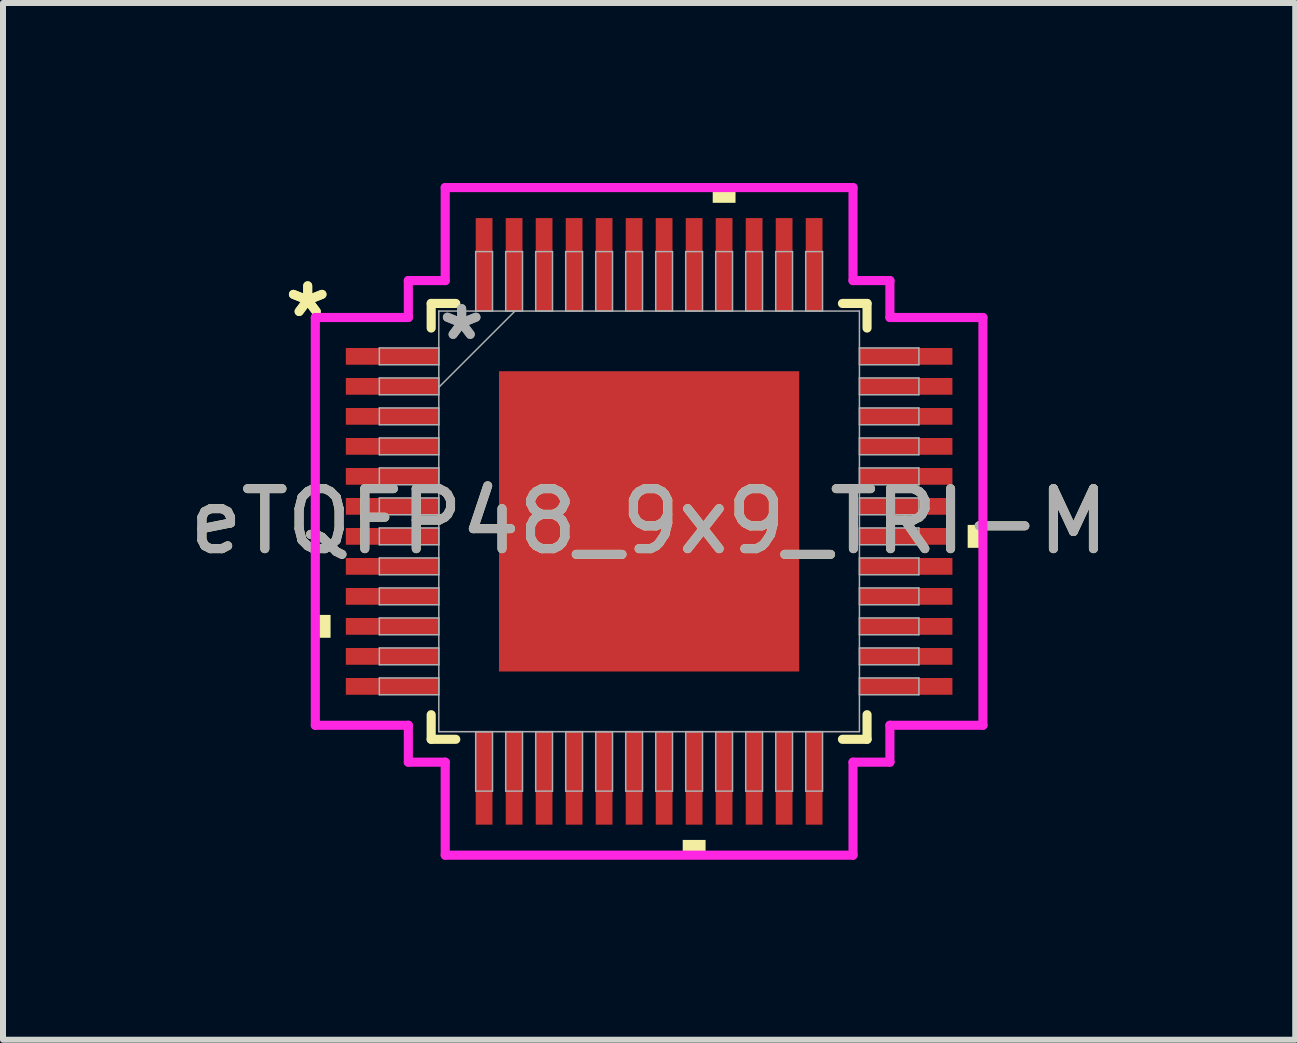
<source format=kicad_pcb>
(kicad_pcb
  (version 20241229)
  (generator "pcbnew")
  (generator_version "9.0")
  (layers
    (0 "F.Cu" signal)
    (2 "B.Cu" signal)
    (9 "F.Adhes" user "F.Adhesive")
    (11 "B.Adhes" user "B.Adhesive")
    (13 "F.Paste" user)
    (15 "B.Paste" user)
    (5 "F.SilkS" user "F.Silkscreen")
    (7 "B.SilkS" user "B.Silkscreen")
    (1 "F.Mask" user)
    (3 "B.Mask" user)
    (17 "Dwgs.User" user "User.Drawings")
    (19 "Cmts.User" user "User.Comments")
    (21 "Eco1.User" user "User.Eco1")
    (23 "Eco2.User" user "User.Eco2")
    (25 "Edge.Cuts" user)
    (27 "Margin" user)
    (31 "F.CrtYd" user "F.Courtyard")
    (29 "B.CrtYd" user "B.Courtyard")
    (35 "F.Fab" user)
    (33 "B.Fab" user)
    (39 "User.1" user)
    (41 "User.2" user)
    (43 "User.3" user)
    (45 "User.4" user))
  (footprint "eTQFP48_9x9_TRI-M"
    (layer "F.Cu")
    (at 7.768 5.639)
    (property "Reference" "eTQFP48_9x9_TRI-M" (at 0 0 0) (unlocked yes) (layer "F.SilkS") (effects (font (size 1 1) (thickness 0.15))))
    (attr smd)
    (fp_line (start -3.632 -3.632) (end -3.632 -3.222) (stroke (width 0.152) (type solid)) (layer "F.SilkS"))
    (fp_line (start -3.632 3.222) (end -3.632 3.632) (stroke (width 0.152) (type solid)) (layer "F.SilkS"))
    (fp_line (start -3.632 3.632) (end -3.222 3.632) (stroke (width 0.152) (type solid)) (layer "F.SilkS"))
    (fp_line (start -3.222 -3.632) (end -3.632 -3.632) (stroke (width 0.152) (type solid)) (layer "F.SilkS"))
    (fp_line (start 3.222 3.632) (end 3.632 3.632) (stroke (width 0.152) (type solid)) (layer "F.SilkS"))
    (fp_line (start 3.632 -3.632) (end 3.222 -3.632) (stroke (width 0.152) (type solid)) (layer "F.SilkS"))
    (fp_line (start 3.632 -3.222) (end 3.632 -3.632) (stroke (width 0.152) (type solid)) (layer "F.SilkS"))
    (fp_line (start 3.632 3.632) (end 3.632 3.222) (stroke (width 0.152) (type solid)) (layer "F.SilkS"))
    (fp_poly (pts (xy -5.563 1.559) (xy -5.563 1.94) (xy -5.309 1.94) (xy -5.309 1.559)) (stroke (width 0) (type solid)) (fill yes) (layer "F.SilkS"))
    (fp_poly (pts (xy 0.56 5.309) (xy 0.56 5.563) (xy 0.941 5.563) (xy 0.941 5.309)) (stroke (width 0) (type solid)) (fill yes) (layer "F.SilkS"))
    (fp_poly (pts (xy 1.06 -5.309) (xy 1.06 -5.563) (xy 1.44 -5.563) (xy 1.44 -5.309)) (stroke (width 0) (type solid)) (fill yes) (layer "F.SilkS"))
    (fp_poly (pts (xy 5.563 0.059) (xy 5.563 0.441) (xy 5.309 0.441) (xy 5.309 0.059)) (stroke (width 0) (type solid)) (fill yes) (layer "F.SilkS"))
    (fp_poly (pts (xy -2.402 -2.402) (xy -2.402 -0.934) (xy -0.934 -0.934) (xy -0.934 -2.402)) (stroke (width 0) (type solid)) (fill yes) (layer "F.Paste"))
    (fp_poly (pts (xy -2.402 -0.734) (xy -2.402 0.734) (xy -0.934 0.734) (xy -0.934 -0.734)) (stroke (width 0) (type solid)) (fill yes) (layer "F.Paste"))
    (fp_poly (pts (xy -2.402 0.934) (xy -2.402 2.402) (xy -0.934 2.402) (xy -0.934 0.934)) (stroke (width 0) (type solid)) (fill yes) (layer "F.Paste"))
    (fp_poly (pts (xy -0.734 -2.402) (xy -0.734 -0.934) (xy 0.734 -0.934) (xy 0.734 -2.402)) (stroke (width 0) (type solid)) (fill yes) (layer "F.Paste"))
    (fp_poly (pts (xy -0.734 -0.734) (xy -0.734 0.734) (xy 0.734 0.734) (xy 0.734 -0.734)) (stroke (width 0) (type solid)) (fill yes) (layer "F.Paste"))
    (fp_poly (pts (xy -0.734 0.934) (xy -0.734 2.402) (xy 0.734 2.402) (xy 0.734 0.934)) (stroke (width 0) (type solid)) (fill yes) (layer "F.Paste"))
    (fp_poly (pts (xy 0.934 -2.402) (xy 0.934 -0.934) (xy 2.402 -0.934) (xy 2.402 -2.402)) (stroke (width 0) (type solid)) (fill yes) (layer "F.Paste"))
    (fp_poly (pts (xy 0.934 -0.734) (xy 0.934 0.734) (xy 2.402 0.734) (xy 2.402 -0.734)) (stroke (width 0) (type solid)) (fill yes) (layer "F.Paste"))
    (fp_poly (pts (xy 0.934 0.934) (xy 0.934 2.402) (xy 2.402 2.402) (xy 2.402 0.934)) (stroke (width 0) (type solid)) (fill yes) (layer "F.Paste"))
    (fp_line (start -5.563 -3.398) (end -4.013 -3.398) (stroke (width 0.152) (type solid)) (layer "F.CrtYd"))
    (fp_line (start -5.563 3.398) (end -5.563 -3.398) (stroke (width 0.152) (type solid)) (layer "F.CrtYd"))
    (fp_line (start -4.013 -4.013) (end -3.398 -4.013) (stroke (width 0.152) (type solid)) (layer "F.CrtYd"))
    (fp_line (start -4.013 -3.398) (end -4.013 -4.013) (stroke (width 0.152) (type solid)) (layer "F.CrtYd"))
    (fp_line (start -4.013 3.398) (end -5.563 3.398) (stroke (width 0.152) (type solid)) (layer "F.CrtYd"))
    (fp_line (start -4.013 4.013) (end -4.013 3.398) (stroke (width 0.152) (type solid)) (layer "F.CrtYd"))
    (fp_line (start -4.013 4.013) (end -3.398 4.013) (stroke (width 0.152) (type solid)) (layer "F.CrtYd"))
    (fp_line (start -3.398 -5.563) (end 3.398 -5.563) (stroke (width 0.152) (type solid)) (layer "F.CrtYd"))
    (fp_line (start -3.398 -4.013) (end -3.398 -5.563) (stroke (width 0.152) (type solid)) (layer "F.CrtYd"))
    (fp_line (start -3.398 4.013) (end -3.398 5.563) (stroke (width 0.152) (type solid)) (layer "F.CrtYd"))
    (fp_line (start -3.398 5.563) (end 3.398 5.563) (stroke (width 0.152) (type solid)) (layer "F.CrtYd"))
    (fp_line (start 3.398 -5.563) (end 3.398 -4.013) (stroke (width 0.152) (type solid)) (layer "F.CrtYd"))
    (fp_line (start 3.398 -4.013) (end 4.013 -4.013) (stroke (width 0.152) (type solid)) (layer "F.CrtYd"))
    (fp_line (start 3.398 4.013) (end 4.013 4.013) (stroke (width 0.152) (type solid)) (layer "F.CrtYd"))
    (fp_line (start 3.398 5.563) (end 3.398 4.013) (stroke (width 0.152) (type solid)) (layer "F.CrtYd"))
    (fp_line (start 4.013 -3.398) (end 4.013 -4.013) (stroke (width 0.152) (type solid)) (layer "F.CrtYd"))
    (fp_line (start 4.013 3.398) (end 5.563 3.398) (stroke (width 0.152) (type solid)) (layer "F.CrtYd"))
    (fp_line (start 4.013 4.013) (end 4.013 3.398) (stroke (width 0.152) (type solid)) (layer "F.CrtYd"))
    (fp_line (start 5.563 -3.398) (end 4.013 -3.398) (stroke (width 0.152) (type solid)) (layer "F.CrtYd"))
    (fp_line (start 5.563 3.398) (end 5.563 -3.398) (stroke (width 0.152) (type solid)) (layer "F.CrtYd"))
    (fp_line (start -4.496 -2.89) (end -4.496 -2.61) (stroke (width 0.025) (type solid)) (layer "F.Fab"))
    (fp_line (start -4.496 -2.61) (end -3.505 -2.61) (stroke (width 0.025) (type solid)) (layer "F.Fab"))
    (fp_line (start -4.496 -2.39) (end -4.496 -2.11) (stroke (width 0.025) (type solid)) (layer "F.Fab"))
    (fp_line (start -4.496 -2.11) (end -3.505 -2.11) (stroke (width 0.025) (type solid)) (layer "F.Fab"))
    (fp_line (start -4.496 -1.89) (end -4.496 -1.61) (stroke (width 0.025) (type solid)) (layer "F.Fab"))
    (fp_line (start -4.496 -1.61) (end -3.505 -1.61) (stroke (width 0.025) (type solid)) (layer "F.Fab"))
    (fp_line (start -4.496 -1.39) (end -4.496 -1.11) (stroke (width 0.025) (type solid)) (layer "F.Fab"))
    (fp_line (start -4.496 -1.11) (end -3.505 -1.11) (stroke (width 0.025) (type solid)) (layer "F.Fab"))
    (fp_line (start -4.496 -0.89) (end -4.496 -0.61) (stroke (width 0.025) (type solid)) (layer "F.Fab"))
    (fp_line (start -4.496 -0.61) (end -3.505 -0.61) (stroke (width 0.025) (type solid)) (layer "F.Fab"))
    (fp_line (start -4.496 -0.39) (end -4.496 -0.11) (stroke (width 0.025) (type solid)) (layer "F.Fab"))
    (fp_line (start -4.496 -0.11) (end -3.505 -0.11) (stroke (width 0.025) (type solid)) (layer "F.Fab"))
    (fp_line (start -4.496 0.11) (end -4.496 0.39) (stroke (width 0.025) (type solid)) (layer "F.Fab"))
    (fp_line (start -4.496 0.39) (end -3.505 0.39) (stroke (width 0.025) (type solid)) (layer "F.Fab"))
    (fp_line (start -4.496 0.61) (end -4.496 0.89) (stroke (width 0.025) (type solid)) (layer "F.Fab"))
    (fp_line (start -4.496 0.89) (end -3.505 0.89) (stroke (width 0.025) (type solid)) (layer "F.Fab"))
    (fp_line (start -4.496 1.11) (end -4.496 1.39) (stroke (width 0.025) (type solid)) (layer "F.Fab"))
    (fp_line (start -4.496 1.39) (end -3.505 1.39) (stroke (width 0.025) (type solid)) (layer "F.Fab"))
    (fp_line (start -4.496 1.61) (end -4.496 1.89) (stroke (width 0.025) (type solid)) (layer "F.Fab"))
    (fp_line (start -4.496 1.89) (end -3.505 1.89) (stroke (width 0.025) (type solid)) (layer "F.Fab"))
    (fp_line (start -4.496 2.11) (end -4.496 2.39) (stroke (width 0.025) (type solid)) (layer "F.Fab"))
    (fp_line (start -4.496 2.39) (end -3.505 2.39) (stroke (width 0.025) (type solid)) (layer "F.Fab"))
    (fp_line (start -4.496 2.61) (end -4.496 2.89) (stroke (width 0.025) (type solid)) (layer "F.Fab"))
    (fp_line (start -4.496 2.89) (end -3.505 2.89) (stroke (width 0.025) (type solid)) (layer "F.Fab"))
    (fp_line (start -3.505 -3.505) (end -3.505 3.505) (stroke (width 0.025) (type solid)) (layer "F.Fab"))
    (fp_line (start -3.505 -2.89) (end -4.496 -2.89) (stroke (width 0.025) (type solid)) (layer "F.Fab"))
    (fp_line (start -3.505 -2.61) (end -3.505 -2.89) (stroke (width 0.025) (type solid)) (layer "F.Fab"))
    (fp_line (start -3.505 -2.39) (end -4.496 -2.39) (stroke (width 0.025) (type solid)) (layer "F.Fab"))
    (fp_line (start -3.505 -2.235) (end -2.235 -3.505) (stroke (width 0.025) (type solid)) (layer "F.Fab"))
    (fp_line (start -3.505 -2.11) (end -3.505 -2.39) (stroke (width 0.025) (type solid)) (layer "F.Fab"))
    (fp_line (start -3.505 -1.89) (end -4.496 -1.89) (stroke (width 0.025) (type solid)) (layer "F.Fab"))
    (fp_line (start -3.505 -1.61) (end -3.505 -1.89) (stroke (width 0.025) (type solid)) (layer "F.Fab"))
    (fp_line (start -3.505 -1.39) (end -4.496 -1.39) (stroke (width 0.025) (type solid)) (layer "F.Fab"))
    (fp_line (start -3.505 -1.11) (end -3.505 -1.39) (stroke (width 0.025) (type solid)) (layer "F.Fab"))
    (fp_line (start -3.505 -0.89) (end -4.496 -0.89) (stroke (width 0.025) (type solid)) (layer "F.Fab"))
    (fp_line (start -3.505 -0.61) (end -3.505 -0.89) (stroke (width 0.025) (type solid)) (layer "F.Fab"))
    (fp_line (start -3.505 -0.39) (end -4.496 -0.39) (stroke (width 0.025) (type solid)) (layer "F.Fab"))
    (fp_line (start -3.505 -0.11) (end -3.505 -0.39) (stroke (width 0.025) (type solid)) (layer "F.Fab"))
    (fp_line (start -3.505 0.11) (end -4.496 0.11) (stroke (width 0.025) (type solid)) (layer "F.Fab"))
    (fp_line (start -3.505 0.39) (end -3.505 0.11) (stroke (width 0.025) (type solid)) (layer "F.Fab"))
    (fp_line (start -3.505 0.61) (end -4.496 0.61) (stroke (width 0.025) (type solid)) (layer "F.Fab"))
    (fp_line (start -3.505 0.89) (end -3.505 0.61) (stroke (width 0.025) (type solid)) (layer "F.Fab"))
    (fp_line (start -3.505 1.11) (end -4.496 1.11) (stroke (width 0.025) (type solid)) (layer "F.Fab"))
    (fp_line (start -3.505 1.39) (end -3.505 1.11) (stroke (width 0.025) (type solid)) (layer "F.Fab"))
    (fp_line (start -3.505 1.61) (end -4.496 1.61) (stroke (width 0.025) (type solid)) (layer "F.Fab"))
    (fp_line (start -3.505 1.89) (end -3.505 1.61) (stroke (width 0.025) (type solid)) (layer "F.Fab"))
    (fp_line (start -3.505 2.11) (end -4.496 2.11) (stroke (width 0.025) (type solid)) (layer "F.Fab"))
    (fp_line (start -3.505 2.39) (end -3.505 2.11) (stroke (width 0.025) (type solid)) (layer "F.Fab"))
    (fp_line (start -3.505 2.61) (end -4.496 2.61) (stroke (width 0.025) (type solid)) (layer "F.Fab"))
    (fp_line (start -3.505 2.89) (end -3.505 2.61) (stroke (width 0.025) (type solid)) (layer "F.Fab"))
    (fp_line (start -3.505 3.505) (end 3.505 3.505) (stroke (width 0.025) (type solid)) (layer "F.Fab"))
    (fp_line (start -2.89 -4.496) (end -2.89 -3.505) (stroke (width 0.025) (type solid)) (layer "F.Fab"))
    (fp_line (start -2.89 -3.505) (end -2.61 -3.505) (stroke (width 0.025) (type solid)) (layer "F.Fab"))
    (fp_line (start -2.89 3.505) (end -2.89 4.496) (stroke (width 0.025) (type solid)) (layer "F.Fab"))
    (fp_line (start -2.89 4.496) (end -2.61 4.496) (stroke (width 0.025) (type solid)) (layer "F.Fab"))
    (fp_line (start -2.61 -4.496) (end -2.89 -4.496) (stroke (width 0.025) (type solid)) (layer "F.Fab"))
    (fp_line (start -2.61 -3.505) (end -2.61 -4.496) (stroke (width 0.025) (type solid)) (layer "F.Fab"))
    (fp_line (start -2.61 3.505) (end -2.89 3.505) (stroke (width 0.025) (type solid)) (layer "F.Fab"))
    (fp_line (start -2.61 4.496) (end -2.61 3.505) (stroke (width 0.025) (type solid)) (layer "F.Fab"))
    (fp_line (start -2.39 -4.496) (end -2.39 -3.505) (stroke (width 0.025) (type solid)) (layer "F.Fab"))
    (fp_line (start -2.39 -3.505) (end -2.11 -3.505) (stroke (width 0.025) (type solid)) (layer "F.Fab"))
    (fp_line (start -2.39 3.505) (end -2.39 4.496) (stroke (width 0.025) (type solid)) (layer "F.Fab"))
    (fp_line (start -2.39 4.496) (end -2.11 4.496) (stroke (width 0.025) (type solid)) (layer "F.Fab"))
    (fp_line (start -2.11 -4.496) (end -2.39 -4.496) (stroke (width 0.025) (type solid)) (layer "F.Fab"))
    (fp_line (start -2.11 -3.505) (end -2.11 -4.496) (stroke (width 0.025) (type solid)) (layer "F.Fab"))
    (fp_line (start -2.11 3.505) (end -2.39 3.505) (stroke (width 0.025) (type solid)) (layer "F.Fab"))
    (fp_line (start -2.11 4.496) (end -2.11 3.505) (stroke (width 0.025) (type solid)) (layer "F.Fab"))
    (fp_line (start -1.89 -4.496) (end -1.89 -3.505) (stroke (width 0.025) (type solid)) (layer "F.Fab"))
    (fp_line (start -1.89 -3.505) (end -1.61 -3.505) (stroke (width 0.025) (type solid)) (layer "F.Fab"))
    (fp_line (start -1.89 3.505) (end -1.89 4.496) (stroke (width 0.025) (type solid)) (layer "F.Fab"))
    (fp_line (start -1.89 4.496) (end -1.61 4.496) (stroke (width 0.025) (type solid)) (layer "F.Fab"))
    (fp_line (start -1.61 -4.496) (end -1.89 -4.496) (stroke (width 0.025) (type solid)) (layer "F.Fab"))
    (fp_line (start -1.61 -3.505) (end -1.61 -4.496) (stroke (width 0.025) (type solid)) (layer "F.Fab"))
    (fp_line (start -1.61 3.505) (end -1.89 3.505) (stroke (width 0.025) (type solid)) (layer "F.Fab"))
    (fp_line (start -1.61 4.496) (end -1.61 3.505) (stroke (width 0.025) (type solid)) (layer "F.Fab"))
    (fp_line (start -1.39 -4.496) (end -1.39 -3.505) (stroke (width 0.025) (type solid)) (layer "F.Fab"))
    (fp_line (start -1.39 -3.505) (end -1.11 -3.505) (stroke (width 0.025) (type solid)) (layer "F.Fab"))
    (fp_line (start -1.39 3.505) (end -1.39 4.496) (stroke (width 0.025) (type solid)) (layer "F.Fab"))
    (fp_line (start -1.39 4.496) (end -1.11 4.496) (stroke (width 0.025) (type solid)) (layer "F.Fab"))
    (fp_line (start -1.11 -4.496) (end -1.39 -4.496) (stroke (width 0.025) (type solid)) (layer "F.Fab"))
    (fp_line (start -1.11 -3.505) (end -1.11 -4.496) (stroke (width 0.025) (type solid)) (layer "F.Fab"))
    (fp_line (start -1.11 3.505) (end -1.39 3.505) (stroke (width 0.025) (type solid)) (layer "F.Fab"))
    (fp_line (start -1.11 4.496) (end -1.11 3.505) (stroke (width 0.025) (type solid)) (layer "F.Fab"))
    (fp_line (start -0.89 -4.496) (end -0.89 -3.505) (stroke (width 0.025) (type solid)) (layer "F.Fab"))
    (fp_line (start -0.89 -3.505) (end -0.61 -3.505) (stroke (width 0.025) (type solid)) (layer "F.Fab"))
    (fp_line (start -0.89 3.505) (end -0.89 4.496) (stroke (width 0.025) (type solid)) (layer "F.Fab"))
    (fp_line (start -0.89 4.496) (end -0.61 4.496) (stroke (width 0.025) (type solid)) (layer "F.Fab"))
    (fp_line (start -0.61 -4.496) (end -0.89 -4.496) (stroke (width 0.025) (type solid)) (layer "F.Fab"))
    (fp_line (start -0.61 -3.505) (end -0.61 -4.496) (stroke (width 0.025) (type solid)) (layer "F.Fab"))
    (fp_line (start -0.61 3.505) (end -0.89 3.505) (stroke (width 0.025) (type solid)) (layer "F.Fab"))
    (fp_line (start -0.61 4.496) (end -0.61 3.505) (stroke (width 0.025) (type solid)) (layer "F.Fab"))
    (fp_line (start -0.39 -4.496) (end -0.39 -3.505) (stroke (width 0.025) (type solid)) (layer "F.Fab"))
    (fp_line (start -0.39 -3.505) (end -0.11 -3.505) (stroke (width 0.025) (type solid)) (layer "F.Fab"))
    (fp_line (start -0.39 3.505) (end -0.39 4.496) (stroke (width 0.025) (type solid)) (layer "F.Fab"))
    (fp_line (start -0.39 4.496) (end -0.11 4.496) (stroke (width 0.025) (type solid)) (layer "F.Fab"))
    (fp_line (start -0.11 -4.496) (end -0.39 -4.496) (stroke (width 0.025) (type solid)) (layer "F.Fab"))
    (fp_line (start -0.11 -3.505) (end -0.11 -4.496) (stroke (width 0.025) (type solid)) (layer "F.Fab"))
    (fp_line (start -0.11 3.505) (end -0.39 3.505) (stroke (width 0.025) (type solid)) (layer "F.Fab"))
    (fp_line (start -0.11 4.496) (end -0.11 3.505) (stroke (width 0.025) (type solid)) (layer "F.Fab"))
    (fp_line (start 0.11 -4.496) (end 0.11 -3.505) (stroke (width 0.025) (type solid)) (layer "F.Fab"))
    (fp_line (start 0.11 -3.505) (end 0.39 -3.505) (stroke (width 0.025) (type solid)) (layer "F.Fab"))
    (fp_line (start 0.11 3.505) (end 0.11 4.496) (stroke (width 0.025) (type solid)) (layer "F.Fab"))
    (fp_line (start 0.11 4.496) (end 0.39 4.496) (stroke (width 0.025) (type solid)) (layer "F.Fab"))
    (fp_line (start 0.39 -4.496) (end 0.11 -4.496) (stroke (width 0.025) (type solid)) (layer "F.Fab"))
    (fp_line (start 0.39 -3.505) (end 0.39 -4.496) (stroke (width 0.025) (type solid)) (layer "F.Fab"))
    (fp_line (start 0.39 3.505) (end 0.11 3.505) (stroke (width 0.025) (type solid)) (layer "F.Fab"))
    (fp_line (start 0.39 4.496) (end 0.39 3.505) (stroke (width 0.025) (type solid)) (layer "F.Fab"))
    (fp_line (start 0.61 -4.496) (end 0.61 -3.505) (stroke (width 0.025) (type solid)) (layer "F.Fab"))
    (fp_line (start 0.61 -3.505) (end 0.89 -3.505) (stroke (width 0.025) (type solid)) (layer "F.Fab"))
    (fp_line (start 0.61 3.505) (end 0.61 4.496) (stroke (width 0.025) (type solid)) (layer "F.Fab"))
    (fp_line (start 0.61 4.496) (end 0.89 4.496) (stroke (width 0.025) (type solid)) (layer "F.Fab"))
    (fp_line (start 0.89 -4.496) (end 0.61 -4.496) (stroke (width 0.025) (type solid)) (layer "F.Fab"))
    (fp_line (start 0.89 -3.505) (end 0.89 -4.496) (stroke (width 0.025) (type solid)) (layer "F.Fab"))
    (fp_line (start 0.89 3.505) (end 0.61 3.505) (stroke (width 0.025) (type solid)) (layer "F.Fab"))
    (fp_line (start 0.89 4.496) (end 0.89 3.505) (stroke (width 0.025) (type solid)) (layer "F.Fab"))
    (fp_line (start 1.11 -4.496) (end 1.11 -3.505) (stroke (width 0.025) (type solid)) (layer "F.Fab"))
    (fp_line (start 1.11 -3.505) (end 1.39 -3.505) (stroke (width 0.025) (type solid)) (layer "F.Fab"))
    (fp_line (start 1.11 3.505) (end 1.11 4.496) (stroke (width 0.025) (type solid)) (layer "F.Fab"))
    (fp_line (start 1.11 4.496) (end 1.39 4.496) (stroke (width 0.025) (type solid)) (layer "F.Fab"))
    (fp_line (start 1.39 -4.496) (end 1.11 -4.496) (stroke (width 0.025) (type solid)) (layer "F.Fab"))
    (fp_line (start 1.39 -3.505) (end 1.39 -4.496) (stroke (width 0.025) (type solid)) (layer "F.Fab"))
    (fp_line (start 1.39 3.505) (end 1.11 3.505) (stroke (width 0.025) (type solid)) (layer "F.Fab"))
    (fp_line (start 1.39 4.496) (end 1.39 3.505) (stroke (width 0.025) (type solid)) (layer "F.Fab"))
    (fp_line (start 1.61 -4.496) (end 1.61 -3.505) (stroke (width 0.025) (type solid)) (layer "F.Fab"))
    (fp_line (start 1.61 -3.505) (end 1.89 -3.505) (stroke (width 0.025) (type solid)) (layer "F.Fab"))
    (fp_line (start 1.61 3.505) (end 1.61 4.496) (stroke (width 0.025) (type solid)) (layer "F.Fab"))
    (fp_line (start 1.61 4.496) (end 1.89 4.496) (stroke (width 0.025) (type solid)) (layer "F.Fab"))
    (fp_line (start 1.89 -4.496) (end 1.61 -4.496) (stroke (width 0.025) (type solid)) (layer "F.Fab"))
    (fp_line (start 1.89 -3.505) (end 1.89 -4.496) (stroke (width 0.025) (type solid)) (layer "F.Fab"))
    (fp_line (start 1.89 3.505) (end 1.61 3.505) (stroke (width 0.025) (type solid)) (layer "F.Fab"))
    (fp_line (start 1.89 4.496) (end 1.89 3.505) (stroke (width 0.025) (type solid)) (layer "F.Fab"))
    (fp_line (start 2.11 -4.496) (end 2.11 -3.505) (stroke (width 0.025) (type solid)) (layer "F.Fab"))
    (fp_line (start 2.11 -3.505) (end 2.39 -3.505) (stroke (width 0.025) (type solid)) (layer "F.Fab"))
    (fp_line (start 2.11 3.505) (end 2.11 4.496) (stroke (width 0.025) (type solid)) (layer "F.Fab"))
    (fp_line (start 2.11 4.496) (end 2.39 4.496) (stroke (width 0.025) (type solid)) (layer "F.Fab"))
    (fp_line (start 2.39 -4.496) (end 2.11 -4.496) (stroke (width 0.025) (type solid)) (layer "F.Fab"))
    (fp_line (start 2.39 -3.505) (end 2.39 -4.496) (stroke (width 0.025) (type solid)) (layer "F.Fab"))
    (fp_line (start 2.39 3.505) (end 2.11 3.505) (stroke (width 0.025) (type solid)) (layer "F.Fab"))
    (fp_line (start 2.39 4.496) (end 2.39 3.505) (stroke (width 0.025) (type solid)) (layer "F.Fab"))
    (fp_line (start 2.61 -4.496) (end 2.61 -3.505) (stroke (width 0.025) (type solid)) (layer "F.Fab"))
    (fp_line (start 2.61 -3.505) (end 2.89 -3.505) (stroke (width 0.025) (type solid)) (layer "F.Fab"))
    (fp_line (start 2.61 3.505) (end 2.61 4.496) (stroke (width 0.025) (type solid)) (layer "F.Fab"))
    (fp_line (start 2.61 4.496) (end 2.89 4.496) (stroke (width 0.025) (type solid)) (layer "F.Fab"))
    (fp_line (start 2.89 -4.496) (end 2.61 -4.496) (stroke (width 0.025) (type solid)) (layer "F.Fab"))
    (fp_line (start 2.89 -3.505) (end 2.89 -4.496) (stroke (width 0.025) (type solid)) (layer "F.Fab"))
    (fp_line (start 2.89 3.505) (end 2.61 3.505) (stroke (width 0.025) (type solid)) (layer "F.Fab"))
    (fp_line (start 2.89 4.496) (end 2.89 3.505) (stroke (width 0.025) (type solid)) (layer "F.Fab"))
    (fp_line (start 3.505 -3.505) (end -3.505 -3.505) (stroke (width 0.025) (type solid)) (layer "F.Fab"))
    (fp_line (start 3.505 -2.89) (end 3.505 -2.61) (stroke (width 0.025) (type solid)) (layer "F.Fab"))
    (fp_line (start 3.505 -2.61) (end 4.496 -2.61) (stroke (width 0.025) (type solid)) (layer "F.Fab"))
    (fp_line (start 3.505 -2.39) (end 3.505 -2.11) (stroke (width 0.025) (type solid)) (layer "F.Fab"))
    (fp_line (start 3.505 -2.11) (end 4.496 -2.11) (stroke (width 0.025) (type solid)) (layer "F.Fab"))
    (fp_line (start 3.505 -1.89) (end 3.505 -1.61) (stroke (width 0.025) (type solid)) (layer "F.Fab"))
    (fp_line (start 3.505 -1.61) (end 4.496 -1.61) (stroke (width 0.025) (type solid)) (layer "F.Fab"))
    (fp_line (start 3.505 -1.39) (end 3.505 -1.11) (stroke (width 0.025) (type solid)) (layer "F.Fab"))
    (fp_line (start 3.505 -1.11) (end 4.496 -1.11) (stroke (width 0.025) (type solid)) (layer "F.Fab"))
    (fp_line (start 3.505 -0.89) (end 3.505 -0.61) (stroke (width 0.025) (type solid)) (layer "F.Fab"))
    (fp_line (start 3.505 -0.61) (end 4.496 -0.61) (stroke (width 0.025) (type solid)) (layer "F.Fab"))
    (fp_line (start 3.505 -0.39) (end 3.505 -0.11) (stroke (width 0.025) (type solid)) (layer "F.Fab"))
    (fp_line (start 3.505 -0.11) (end 4.496 -0.11) (stroke (width 0.025) (type solid)) (layer "F.Fab"))
    (fp_line (start 3.505 0.11) (end 3.505 0.39) (stroke (width 0.025) (type solid)) (layer "F.Fab"))
    (fp_line (start 3.505 0.39) (end 4.496 0.39) (stroke (width 0.025) (type solid)) (layer "F.Fab"))
    (fp_line (start 3.505 0.61) (end 3.505 0.89) (stroke (width 0.025) (type solid)) (layer "F.Fab"))
    (fp_line (start 3.505 0.89) (end 4.496 0.89) (stroke (width 0.025) (type solid)) (layer "F.Fab"))
    (fp_line (start 3.505 1.11) (end 3.505 1.39) (stroke (width 0.025) (type solid)) (layer "F.Fab"))
    (fp_line (start 3.505 1.39) (end 4.496 1.39) (stroke (width 0.025) (type solid)) (layer "F.Fab"))
    (fp_line (start 3.505 1.61) (end 3.505 1.89) (stroke (width 0.025) (type solid)) (layer "F.Fab"))
    (fp_line (start 3.505 1.89) (end 4.496 1.89) (stroke (width 0.025) (type solid)) (layer "F.Fab"))
    (fp_line (start 3.505 2.11) (end 3.505 2.39) (stroke (width 0.025) (type solid)) (layer "F.Fab"))
    (fp_line (start 3.505 2.39) (end 4.496 2.39) (stroke (width 0.025) (type solid)) (layer "F.Fab"))
    (fp_line (start 3.505 2.61) (end 3.505 2.89) (stroke (width 0.025) (type solid)) (layer "F.Fab"))
    (fp_line (start 3.505 2.89) (end 4.496 2.89) (stroke (width 0.025) (type solid)) (layer "F.Fab"))
    (fp_line (start 3.505 3.505) (end 3.505 -3.505) (stroke (width 0.025) (type solid)) (layer "F.Fab"))
    (fp_line (start 4.496 -2.89) (end 3.505 -2.89) (stroke (width 0.025) (type solid)) (layer "F.Fab"))
    (fp_line (start 4.496 -2.61) (end 4.496 -2.89) (stroke (width 0.025) (type solid)) (layer "F.Fab"))
    (fp_line (start 4.496 -2.39) (end 3.505 -2.39) (stroke (width 0.025) (type solid)) (layer "F.Fab"))
    (fp_line (start 4.496 -2.11) (end 4.496 -2.39) (stroke (width 0.025) (type solid)) (layer "F.Fab"))
    (fp_line (start 4.496 -1.89) (end 3.505 -1.89) (stroke (width 0.025) (type solid)) (layer "F.Fab"))
    (fp_line (start 4.496 -1.61) (end 4.496 -1.89) (stroke (width 0.025) (type solid)) (layer "F.Fab"))
    (fp_line (start 4.496 -1.39) (end 3.505 -1.39) (stroke (width 0.025) (type solid)) (layer "F.Fab"))
    (fp_line (start 4.496 -1.11) (end 4.496 -1.39) (stroke (width 0.025) (type solid)) (layer "F.Fab"))
    (fp_line (start 4.496 -0.89) (end 3.505 -0.89) (stroke (width 0.025) (type solid)) (layer "F.Fab"))
    (fp_line (start 4.496 -0.61) (end 4.496 -0.89) (stroke (width 0.025) (type solid)) (layer "F.Fab"))
    (fp_line (start 4.496 -0.39) (end 3.505 -0.39) (stroke (width 0.025) (type solid)) (layer "F.Fab"))
    (fp_line (start 4.496 -0.11) (end 4.496 -0.39) (stroke (width 0.025) (type solid)) (layer "F.Fab"))
    (fp_line (start 4.496 0.11) (end 3.505 0.11) (stroke (width 0.025) (type solid)) (layer "F.Fab"))
    (fp_line (start 4.496 0.39) (end 4.496 0.11) (stroke (width 0.025) (type solid)) (layer "F.Fab"))
    (fp_line (start 4.496 0.61) (end 3.505 0.61) (stroke (width 0.025) (type solid)) (layer "F.Fab"))
    (fp_line (start 4.496 0.89) (end 4.496 0.61) (stroke (width 0.025) (type solid)) (layer "F.Fab"))
    (fp_line (start 4.496 1.11) (end 3.505 1.11) (stroke (width 0.025) (type solid)) (layer "F.Fab"))
    (fp_line (start 4.496 1.39) (end 4.496 1.11) (stroke (width 0.025) (type solid)) (layer "F.Fab"))
    (fp_line (start 4.496 1.61) (end 3.505 1.61) (stroke (width 0.025) (type solid)) (layer "F.Fab"))
    (fp_line (start 4.496 1.89) (end 4.496 1.61) (stroke (width 0.025) (type solid)) (layer "F.Fab"))
    (fp_line (start 4.496 2.11) (end 3.505 2.11) (stroke (width 0.025) (type solid)) (layer "F.Fab"))
    (fp_line (start 4.496 2.39) (end 4.496 2.11) (stroke (width 0.025) (type solid)) (layer "F.Fab"))
    (fp_line (start 4.496 2.61) (end 3.505 2.61) (stroke (width 0.025) (type solid)) (layer "F.Fab"))
    (fp_line (start 4.496 2.89) (end 4.496 2.61) (stroke (width 0.025) (type solid)) (layer "F.Fab"))
    (fp_text user "*" (at -5.69 -3.381 0) (layer "F.SilkS") (effects (font (size 1 1) (thickness 0.15))))
    (fp_text user "*" (at -5.69 -3.381 0) (unlocked yes) (layer "F.SilkS") (effects (font (size 1 1) (thickness 0.15))))
    (fp_text user "*" (at -3.124 -3 0) (unlocked yes) (layer "F.Fab") (effects (font (size 1 1) (thickness 0.15))))
    (fp_text user "${REFERENCE}" (at 0 0 0) (unlocked yes) (layer "F.Fab") (effects (font (size 1 1) (thickness 0.15))))
    (fp_text user "*" (at -3.124 -3 0) (layer "F.Fab") (effects (font (size 1 1) (thickness 0.15))))
    (pad "1" smd rect (at -4.28 -2.75 90) (size 0.279 1.549) (layers "F.Cu" "F.Mask" "F.Paste"))
    (pad "2" smd rect (at -4.28 -2.25 90) (size 0.279 1.549) (layers "F.Cu" "F.Mask" "F.Paste"))
    (pad "3" smd rect (at -4.28 -1.75 90) (size 0.279 1.549) (layers "F.Cu" "F.Mask" "F.Paste"))
    (pad "4" smd rect (at -4.28 -1.25 90) (size 0.279 1.549) (layers "F.Cu" "F.Mask" "F.Paste"))
    (pad "5" smd rect (at -4.28 -0.75 90) (size 0.279 1.549) (layers "F.Cu" "F.Mask" "F.Paste"))
    (pad "6" smd rect (at -4.28 -0.25 90) (size 0.279 1.549) (layers "F.Cu" "F.Mask" "F.Paste"))
    (pad "7" smd rect (at -4.28 0.25 90) (size 0.279 1.549) (layers "F.Cu" "F.Mask" "F.Paste"))
    (pad "8" smd rect (at -4.28 0.75 90) (size 0.279 1.549) (layers "F.Cu" "F.Mask" "F.Paste"))
    (pad "9" smd rect (at -4.28 1.25 90) (size 0.279 1.549) (layers "F.Cu" "F.Mask" "F.Paste"))
    (pad "10" smd rect (at -4.28 1.75 90) (size 0.279 1.549) (layers "F.Cu" "F.Mask" "F.Paste"))
    (pad "11" smd rect (at -4.28 2.25 90) (size 0.279 1.549) (layers "F.Cu" "F.Mask" "F.Paste"))
    (pad "12" smd rect (at -4.28 2.75 90) (size 0.279 1.549) (layers "F.Cu" "F.Mask" "F.Paste"))
    (pad "13" smd rect (at -2.75 4.28) (size 0.279 1.549) (layers "F.Cu" "F.Mask" "F.Paste"))
    (pad "14" smd rect (at -2.25 4.28) (size 0.279 1.549) (layers "F.Cu" "F.Mask" "F.Paste"))
    (pad "15" smd rect (at -1.75 4.28) (size 0.279 1.549) (layers "F.Cu" "F.Mask" "F.Paste"))
    (pad "16" smd rect (at -1.25 4.28) (size 0.279 1.549) (layers "F.Cu" "F.Mask" "F.Paste"))
    (pad "17" smd rect (at -0.75 4.28) (size 0.279 1.549) (layers "F.Cu" "F.Mask" "F.Paste"))
    (pad "18" smd rect (at -0.25 4.28) (size 0.279 1.549) (layers "F.Cu" "F.Mask" "F.Paste"))
    (pad "19" smd rect (at 0.25 4.28) (size 0.279 1.549) (layers "F.Cu" "F.Mask" "F.Paste"))
    (pad "20" smd rect (at 0.75 4.28) (size 0.279 1.549) (layers "F.Cu" "F.Mask" "F.Paste"))
    (pad "21" smd rect (at 1.25 4.28) (size 0.279 1.549) (layers "F.Cu" "F.Mask" "F.Paste"))
    (pad "22" smd rect (at 1.75 4.28) (size 0.279 1.549) (layers "F.Cu" "F.Mask" "F.Paste"))
    (pad "23" smd rect (at 2.25 4.28) (size 0.279 1.549) (layers "F.Cu" "F.Mask" "F.Paste"))
    (pad "24" smd rect (at 2.75 4.28) (size 0.279 1.549) (layers "F.Cu" "F.Mask" "F.Paste"))
    (pad "25" smd rect (at 4.28 2.75 90) (size 0.279 1.549) (layers "F.Cu" "F.Mask" "F.Paste"))
    (pad "26" smd rect (at 4.28 2.25 90) (size 0.279 1.549) (layers "F.Cu" "F.Mask" "F.Paste"))
    (pad "27" smd rect (at 4.28 1.75 90) (size 0.279 1.549) (layers "F.Cu" "F.Mask" "F.Paste"))
    (pad "28" smd rect (at 4.28 1.25 90) (size 0.279 1.549) (layers "F.Cu" "F.Mask" "F.Paste"))
    (pad "29" smd rect (at 4.28 0.75 90) (size 0.279 1.549) (layers "F.Cu" "F.Mask" "F.Paste"))
    (pad "30" smd rect (at 4.28 0.25 90) (size 0.279 1.549) (layers "F.Cu" "F.Mask" "F.Paste"))
    (pad "31" smd rect (at 4.28 -0.25 90) (size 0.279 1.549) (layers "F.Cu" "F.Mask" "F.Paste"))
    (pad "32" smd rect (at 4.28 -0.75 90) (size 0.279 1.549) (layers "F.Cu" "F.Mask" "F.Paste"))
    (pad "33" smd rect (at 4.28 -1.25 90) (size 0.279 1.549) (layers "F.Cu" "F.Mask" "F.Paste"))
    (pad "34" smd rect (at 4.28 -1.75 90) (size 0.279 1.549) (layers "F.Cu" "F.Mask" "F.Paste"))
    (pad "35" smd rect (at 4.28 -2.25 90) (size 0.279 1.549) (layers "F.Cu" "F.Mask" "F.Paste"))
    (pad "36" smd rect (at 4.28 -2.75 90) (size 0.279 1.549) (layers "F.Cu" "F.Mask" "F.Paste"))
    (pad "37" smd rect (at 2.75 -4.28) (size 0.279 1.549) (layers "F.Cu" "F.Mask" "F.Paste"))
    (pad "38" smd rect (at 2.25 -4.28) (size 0.279 1.549) (layers "F.Cu" "F.Mask" "F.Paste"))
    (pad "39" smd rect (at 1.75 -4.28) (size 0.279 1.549) (layers "F.Cu" "F.Mask" "F.Paste"))
    (pad "40" smd rect (at 1.25 -4.28) (size 0.279 1.549) (layers "F.Cu" "F.Mask" "F.Paste"))
    (pad "41" smd rect (at 0.75 -4.28) (size 0.279 1.549) (layers "F.Cu" "F.Mask" "F.Paste"))
    (pad "42" smd rect (at 0.25 -4.28) (size 0.279 1.549) (layers "F.Cu" "F.Mask" "F.Paste"))
    (pad "43" smd rect (at -0.25 -4.28) (size 0.279 1.549) (layers "F.Cu" "F.Mask" "F.Paste"))
    (pad "44" smd rect (at -0.75 -4.28) (size 0.279 1.549) (layers "F.Cu" "F.Mask" "F.Paste"))
    (pad "45" smd rect (at -1.25 -4.28) (size 0.279 1.549) (layers "F.Cu" "F.Mask" "F.Paste"))
    (pad "46" smd rect (at -1.75 -4.28) (size 0.279 1.549) (layers "F.Cu" "F.Mask" "F.Paste"))
    (pad "47" smd rect (at -2.25 -4.28) (size 0.279 1.549) (layers "F.Cu" "F.Mask" "F.Paste"))
    (pad "48" smd rect (at -2.75 -4.28) (size 0.279 1.549) (layers "F.Cu" "F.Mask" "F.Paste"))
    (pad "EPAD" smd rect (at 0 0) (size 5.004 5.004) (layers "F.Cu" "F.Mask")))
  (gr_rect
    (start -3 -3)
    (end 18.536 14.278)
    (stroke (width 0.1) (type default))
    (fill no)
    (layer "Edge.Cuts")))
</source>
